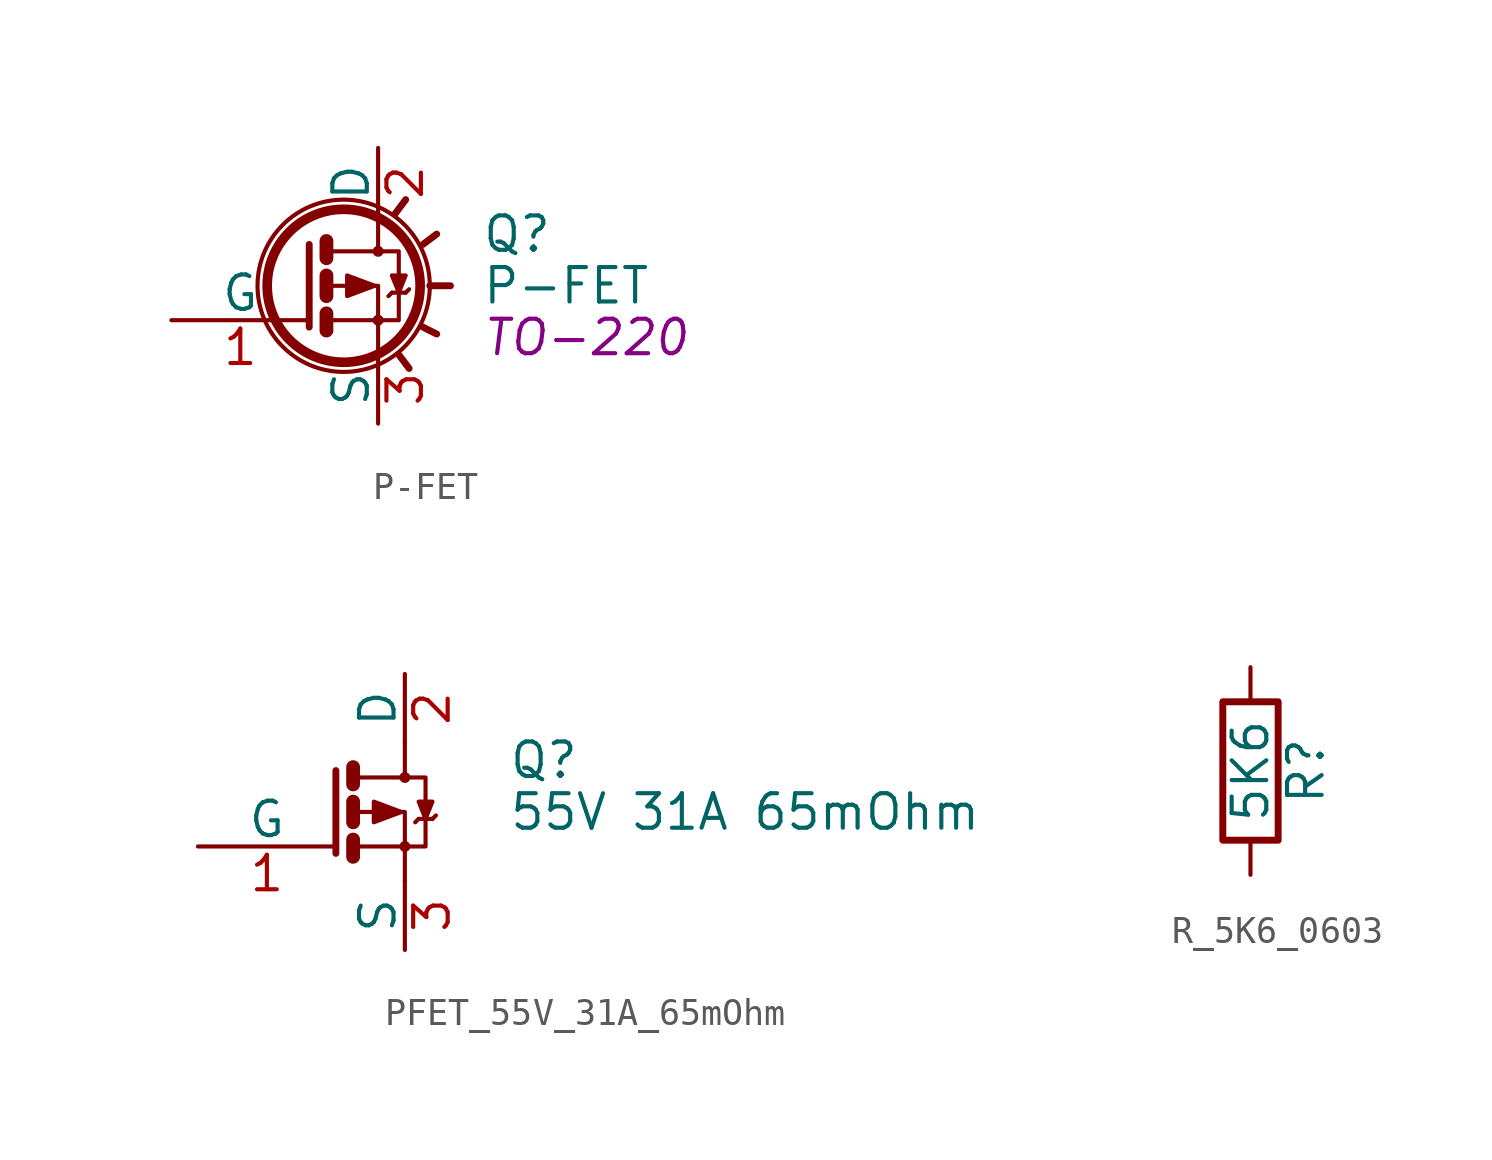
<source format=kicad_sym>
(kicad_symbol_lib
  (version 20231120)
  (generator "kicad_symbol_editor")
  (generator_version "8.0")
  (symbol "P-FET"
    (pin_names
      (offset 0))
    (property "Reference" "Q"
      (at 6.35 1.905 0)
      (effects (font (size 1.27 1.27)) (justify left)))
    (property "Value" "P-FET"
      (at 6.35 0 0)
      (effects (font (size 1.27 1.27)) (justify left)))
    (property "Footprint" "TO-220"
      (at 6.35 -1.905 0)
      (effects (font (size 1.27 1.27) (italic yes)) (justify left)))
    (property "Datasheet" ""
      (at 0 0 0)
      (effects (font (size 1.27 1.27)) (justify left)))
    (symbol "P-FET_0_1"
      (polyline (pts (xy 0.635 -1.016) (xy 0.635 -1.651)) (stroke (width 0.508) (type solid)) (fill (type none)))
      (polyline (pts (xy 0.635 0.381) (xy 0.635 -0.381)) (stroke (width 0.508) (type solid)) (fill (type none)))
      (polyline (pts (xy 0.635 1.651) (xy 0.635 1.016)) (stroke (width 0.508) (type solid)) (fill (type none)))
      (polyline (pts (xy 3.048 -0.254) (xy 2.921 -0.381)) (stroke (width 0) (type solid)) (fill (type none)))
      (polyline (pts (xy 3.175 2.667) (xy 3.556 3.175)) (stroke (width 0.254) (type solid)) (fill (type none)))
      (polyline (pts (xy 3.302 -2.54) (xy 3.683 -3.048)) (stroke (width 0.254) (type solid)) (fill (type none)))
      (polyline (pts (xy 3.556 -0.254) (xy 3.048 -0.254)) (stroke (width 0) (type solid)) (fill (type none)))
      (polyline (pts (xy 3.556 -0.254) (xy 3.683 -0.127)) (stroke (width 0) (type solid)) (fill (type none)))
      (polyline (pts (xy 4.191 -1.524) (xy 4.699 -1.778)) (stroke (width 0.254) (type solid)) (fill (type none)))
      (polyline (pts (xy 4.191 1.524) (xy 4.699 1.905)) (stroke (width 0.254) (type solid)) (fill (type none)))
      (polyline (pts (xy 4.445 0) (xy 5.207 0)) (stroke (width 0.254) (type solid)) (fill (type none)))
      (polyline (pts (xy 0 1.524) (xy 0 -1.524) (xy 0 -1.524)) (stroke (width 0.254) (type solid)) (fill (type none)))
      (polyline (pts (xy 0.762 -1.27) (xy 2.54 -1.27) (xy 2.54 -2.54) (xy 2.54 -2.54)) (stroke (width 0) (type solid)) (fill (type none)))
      (polyline (pts (xy 0.762 0) (xy 2.54 0) (xy 2.54 -1.27) (xy 2.54 -1.27)) (stroke (width 0) (type solid)) (fill (type none)))
      (polyline (pts (xy 0.762 1.27) (xy 2.54 1.27) (xy 2.54 2.54) (xy 2.54 2.54)) (stroke (width 0) (type solid)) (fill (type none)))
      (polyline (pts (xy 1.397 0.381) (xy 1.397 -0.381) (xy 2.413 0) (xy 1.397 0.381)) (stroke (width 0) (type solid)) (fill (type outline)))
      (polyline (pts (xy 2.54 1.27) (xy 3.302 1.27) (xy 3.302 -1.27) (xy 2.54 -1.27)) (stroke (width 0) (type solid)) (fill (type none)))
      (polyline (pts (xy 3.302 -0.254) (xy 3.556 0.381) (xy 3.048 0.381) (xy 3.302 -0.254)) (stroke (width 0) (type solid)) (fill (type outline)))
      (circle (center 1.27 0) (radius 2.819) (stroke (width 0.356) (type solid)) (fill (type none)))
      (circle (center 1.27 0) (radius 3.175) (stroke (width 0) (type solid)) (fill (type none)))
      (circle (center 2.54 -1.27) (radius 0.127) (stroke (width 0) (type solid)) (fill (type none)))
      (circle (center 2.54 1.27) (radius 0.127) (stroke (width 0) (type solid)) (fill (type none))))
    (symbol "P-FET_1_1"
      (pin input line (at -5.08 -1.27 0) (length 5.08) (name "G" (effects (font (size 1.27 1.27)))) (number "1" (effects (font (size 1.27 1.27)))))
      (pin passive line (at 2.54 5.08 270) (length 2.54) (name "D" (effects (font (size 1.27 1.27)))) (number "2" (effects (font (size 1.27 1.27)))))
      (pin passive line (at 2.54 -5.08 90) (length 2.54) (name "S" (effects (font (size 1.27 1.27)))) (number "3" (effects (font (size 1.27 1.27)))))))
  (symbol "PFET_55V_31A_65mOhm"
    (pin_names
      (offset 0))
    (property "Reference" "Q"
      (at 6.35 1.905 0)
      (effects (font (size 1.27 1.27)) (justify left)))
    (property "Value" "55V 31A 65mOhm"
      (at 6.35 0 0)
      (effects (font (size 1.27 1.27)) (justify left)))
    (symbol "PFET_55V_31A_65mOhm_0_1"
      (polyline (pts (xy 0.635 -1.016) (xy 0.635 -1.651)) (stroke (width 0.508) (type solid)) (fill (type none)))
      (polyline (pts (xy 0.635 0.381) (xy 0.635 -0.381)) (stroke (width 0.508) (type solid)) (fill (type none)))
      (polyline (pts (xy 0.635 1.651) (xy 0.635 1.016)) (stroke (width 0.508) (type solid)) (fill (type none)))
      (polyline (pts (xy 3.048 -0.254) (xy 2.921 -0.381)) (stroke (width 0) (type solid)) (fill (type none)))
      (polyline (pts (xy 3.556 -0.254) (xy 3.048 -0.254)) (stroke (width 0) (type solid)) (fill (type none)))
      (polyline (pts (xy 3.556 -0.254) (xy 3.683 -0.127)) (stroke (width 0) (type solid)) (fill (type none)))
      (polyline (pts (xy 0 1.524) (xy 0 -1.524) (xy 0 -1.524)) (stroke (width 0.254) (type solid)) (fill (type none)))
      (polyline (pts (xy 0.762 -1.27) (xy 2.54 -1.27) (xy 2.54 -2.54) (xy 2.54 -2.54)) (stroke (width 0) (type solid)) (fill (type none)))
      (polyline (pts (xy 0.762 0) (xy 2.54 0) (xy 2.54 -1.27) (xy 2.54 -1.27)) (stroke (width 0) (type solid)) (fill (type none)))
      (polyline (pts (xy 0.762 1.27) (xy 2.54 1.27) (xy 2.54 2.54) (xy 2.54 2.54)) (stroke (width 0) (type solid)) (fill (type none)))
      (polyline (pts (xy 1.397 0.381) (xy 1.397 -0.381) (xy 2.413 0) (xy 1.397 0.381)) (stroke (width 0) (type solid)) (fill (type outline)))
      (polyline (pts (xy 2.54 1.27) (xy 3.302 1.27) (xy 3.302 -1.27) (xy 2.54 -1.27)) (stroke (width 0) (type solid)) (fill (type none)))
      (polyline (pts (xy 3.302 -0.254) (xy 3.556 0.381) (xy 3.048 0.381) (xy 3.302 -0.254)) (stroke (width 0) (type solid)) (fill (type outline)))
      (circle (center 2.54 -1.27) (radius 0.127) (stroke (width 0) (type solid)) (fill (type none)))
      (circle (center 2.54 1.27) (radius 0.127) (stroke (width 0) (type solid)) (fill (type none))))
    (symbol "PFET_55V_31A_65mOhm_1_1"
      (pin input line (at -5.08 -1.27 0) (length 5.08) (name "G" (effects (font (size 1.27 1.27)))) (number "1" (effects (font (size 1.27 1.27)))))
      (pin passive line (at 2.54 5.08 270) (length 2.54) (name "D" (effects (font (size 1.27 1.27)))) (number "2" (effects (font (size 1.27 1.27)))))
      (pin passive line (at 2.54 -5.08 90) (length 2.54) (name "S" (effects (font (size 1.27 1.27)))) (number "3" (effects (font (size 1.27 1.27)))))))
  (symbol "R_5K6_0603"
    (pin_numbers hide)
    (pin_names
      (offset 0))
    (property "Reference" "R"
      (at 2.032 0 90)
      (effects (font (size 1.27 1.27))))
    (property "Value" "5K6"
      (at 0 0 90)
      (effects (font (size 1.27 1.27))))
    (symbol "R_5K6_0603_0_1"
      (rectangle (start -1.016 -2.54) (end 1.016 2.54) (stroke (width 0.254) (type default)) (fill (type none))))
    (symbol "R_5K6_0603_1_1"
      (pin passive line (at 0 3.81 270) (length 1.27) (name "~" (effects (font (size 1.27 1.27)))) (number "1" (effects (font (size 1.27 1.27)))))
      (pin passive line (at 0 -3.81 90) (length 1.27) (name "~" (effects (font (size 1.27 1.27)))) (number "2" (effects (font (size 1.27 1.27))))))))
</source>
